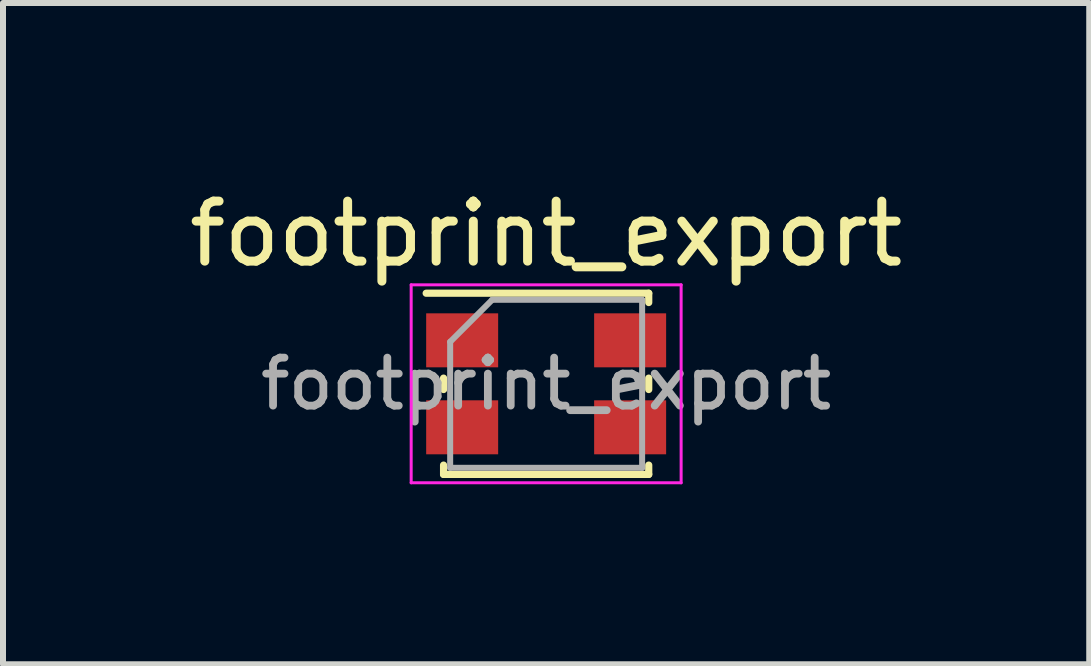
<source format=kicad_pcb>
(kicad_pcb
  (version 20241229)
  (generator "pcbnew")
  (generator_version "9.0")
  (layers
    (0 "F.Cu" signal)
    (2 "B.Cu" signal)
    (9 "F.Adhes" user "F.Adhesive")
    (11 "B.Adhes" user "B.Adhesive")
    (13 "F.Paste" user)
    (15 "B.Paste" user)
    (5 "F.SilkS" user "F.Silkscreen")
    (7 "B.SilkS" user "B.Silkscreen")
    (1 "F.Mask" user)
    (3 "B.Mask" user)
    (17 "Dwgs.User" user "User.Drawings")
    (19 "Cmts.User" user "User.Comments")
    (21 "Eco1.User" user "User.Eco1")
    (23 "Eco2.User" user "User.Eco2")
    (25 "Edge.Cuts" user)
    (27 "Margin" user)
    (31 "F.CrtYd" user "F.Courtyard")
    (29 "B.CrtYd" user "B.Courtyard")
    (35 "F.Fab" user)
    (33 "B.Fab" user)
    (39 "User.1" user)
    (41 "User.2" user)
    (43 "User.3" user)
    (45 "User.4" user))
  (footprint "footprint_export"
    (layer "F.Cu")
    (at 6.054 3.348)
    (property "Reference" "footprint_export" (at 0 -2.5 0) (layer "F.SilkS") (effects (font (size 1 1) (thickness 0.15))))
    (attr smd)
    (fp_line (start -2 -1.51) (end 1.71 -1.51) (stroke (width 0.12) (type solid)) (layer "F.SilkS"))
    (fp_line (start -1.71 -0.095) (end -1.71 0.095) (stroke (width 0.12) (type solid)) (layer "F.SilkS"))
    (fp_line (start -1.71 1.355) (end -1.71 1.51) (stroke (width 0.12) (type solid)) (layer "F.SilkS"))
    (fp_line (start -1.71 1.51) (end 1.71 1.51) (stroke (width 0.12) (type solid)) (layer "F.SilkS"))
    (fp_line (start 1.71 -1.355) (end 1.71 -1.51) (stroke (width 0.12) (type solid)) (layer "F.SilkS"))
    (fp_line (start 1.71 -0.095) (end 1.71 0.095) (stroke (width 0.12) (type solid)) (layer "F.SilkS"))
    (fp_line (start 1.71 1.355) (end 1.71 1.51) (stroke (width 0.12) (type solid)) (layer "F.SilkS"))
    (fp_line (start -2.25 -1.65) (end -2.25 1.65) (stroke (width 0.05) (type solid)) (layer "F.CrtYd"))
    (fp_line (start -2.25 -1.65) (end 2.25 -1.65) (stroke (width 0.05) (type solid)) (layer "F.CrtYd"))
    (fp_line (start -2.25 1.65) (end 2.25 1.65) (stroke (width 0.05) (type solid)) (layer "F.CrtYd"))
    (fp_line (start 2.25 -1.65) (end 2.25 1.65) (stroke (width 0.05) (type solid)) (layer "F.CrtYd"))
    (fp_line (start -1.6 1.4) (end -1.6 -0.7) (stroke (width 0.1) (type solid)) (layer "F.Fab"))
    (fp_line (start -0.9 -1.4) (end -1.6 -0.7) (stroke (width 0.1) (type solid)) (layer "F.Fab"))
    (fp_line (start -0.9 -1.4) (end 1.6 -1.4) (stroke (width 0.1) (type solid)) (layer "F.Fab"))
    (fp_line (start 1.6 -1.4) (end 1.6 1.4) (stroke (width 0.1) (type solid)) (layer "F.Fab"))
    (fp_line (start 1.6 1.4) (end -1.6 1.4) (stroke (width 0.1) (type solid)) (layer "F.Fab"))
    (fp_text user "${REFERENCE}" (at 0 0 0) (layer "F.Fab") (effects (font (size 0.8 0.8) (thickness 0.13))))
    (pad "1" smd rect (at -1.4 -0.725) (size 1.2 0.9) (layers "F.Cu" "F.Mask" "F.Paste"))
    (pad "2" smd rect (at 1.4 -0.725) (size 1.2 0.9) (layers "F.Cu" "F.Mask" "F.Paste"))
    (pad "3" smd rect (at 1.4 0.725) (size 1.2 0.9) (layers "F.Cu" "F.Mask" "F.Paste"))
    (pad "4" smd rect (at -1.4 0.725) (size 1.2 0.9) (layers "F.Cu" "F.Mask" "F.Paste")))
  (gr_rect
    (start -3 -3)
    (end 15.107 8.023)
    (stroke (width 0.1) (type default))
    (fill no)
    (layer "Edge.Cuts")))
</source>
